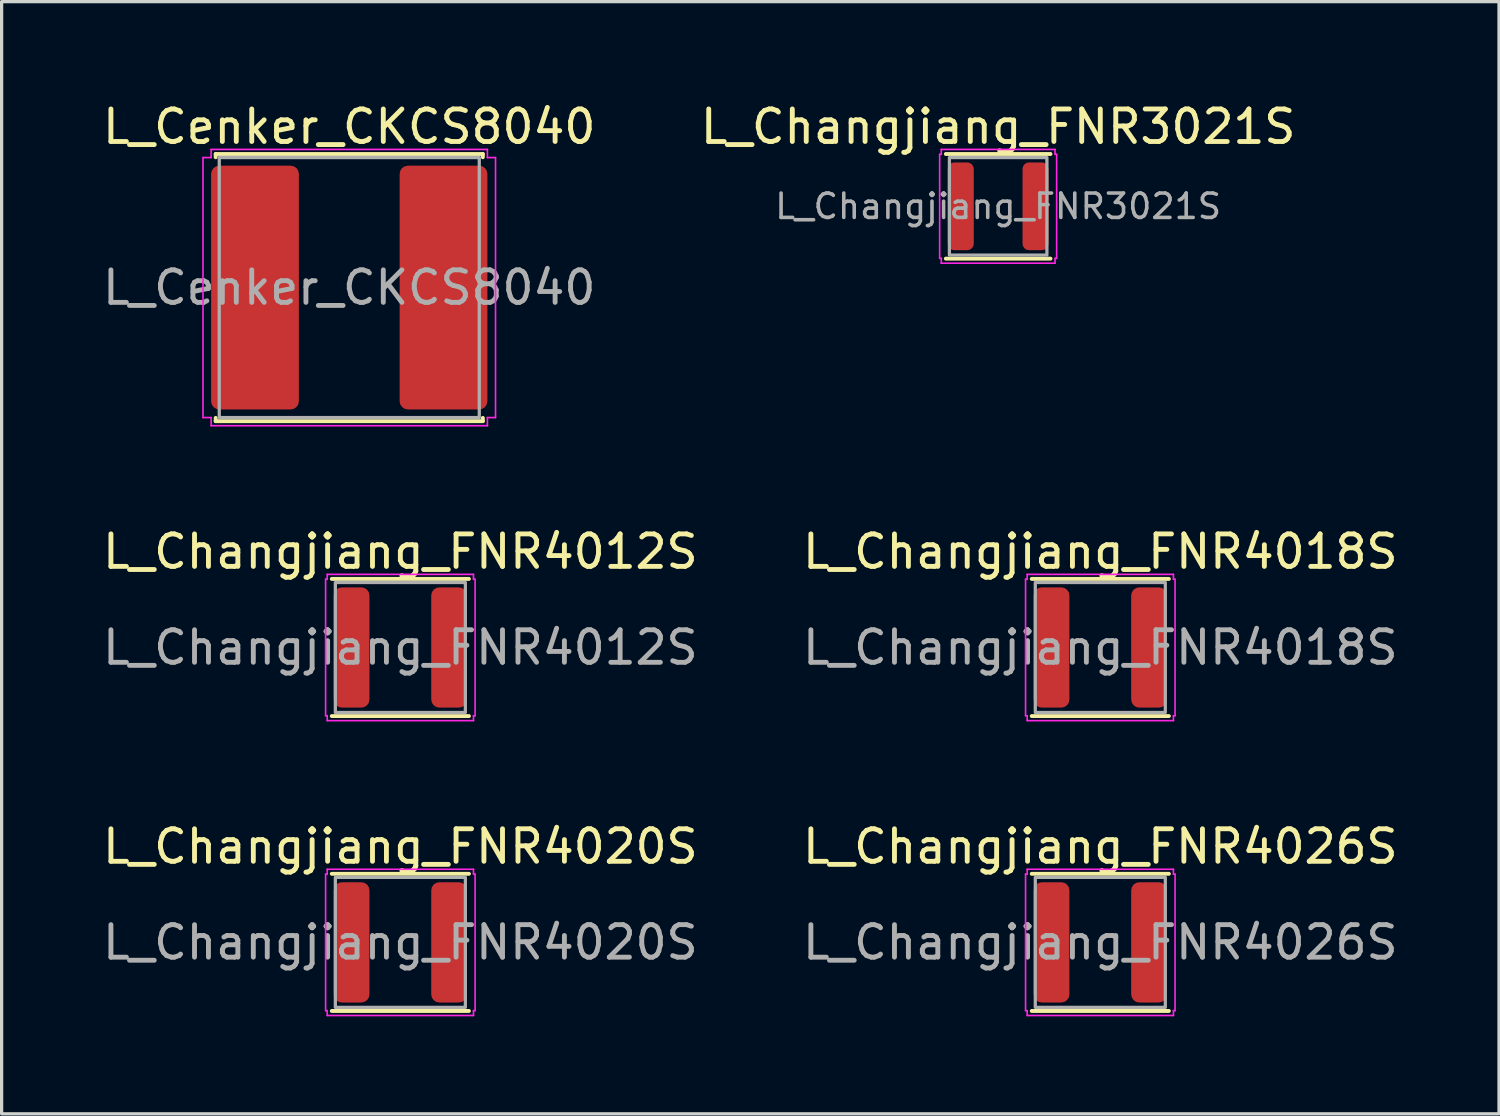
<source format=kicad_pcb>
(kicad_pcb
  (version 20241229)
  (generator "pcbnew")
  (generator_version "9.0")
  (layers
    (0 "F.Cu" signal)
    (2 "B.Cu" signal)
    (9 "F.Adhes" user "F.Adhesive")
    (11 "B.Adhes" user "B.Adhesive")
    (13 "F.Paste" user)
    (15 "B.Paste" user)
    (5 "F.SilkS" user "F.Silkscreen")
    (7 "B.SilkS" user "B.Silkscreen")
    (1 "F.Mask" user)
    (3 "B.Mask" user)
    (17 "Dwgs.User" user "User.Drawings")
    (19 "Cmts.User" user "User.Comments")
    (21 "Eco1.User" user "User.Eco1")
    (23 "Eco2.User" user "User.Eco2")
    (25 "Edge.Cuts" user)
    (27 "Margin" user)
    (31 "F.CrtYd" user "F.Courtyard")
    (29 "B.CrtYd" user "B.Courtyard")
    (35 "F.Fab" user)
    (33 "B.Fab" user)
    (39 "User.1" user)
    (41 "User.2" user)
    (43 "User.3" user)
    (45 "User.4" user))
  (footprint "L_Changjiang_FNR3021S"
    (layer "F.Cu")
    (at 27.661 3.298)
    (property "Reference" "L_Changjiang_FNR3021S" (at 0 -2.45 0) (layer "F.SilkS") (effects (font (size 1 1) (thickness 0.15))))
    (attr smd)
    (fp_line (start -1.61 -1.61) (end 1.61 -1.61) (stroke (width 0.12) (type solid)) (layer "F.SilkS"))
    (fp_line (start 1.61 1.61) (end -1.61 1.61) (stroke (width 0.12) (type solid)) (layer "F.SilkS"))
    (fp_line (start -1.8 -1.6) (end -1.75 -1.6) (stroke (width 0.05) (type solid)) (layer "F.CrtYd"))
    (fp_line (start -1.8 1.6) (end -1.8 -1.6) (stroke (width 0.05) (type solid)) (layer "F.CrtYd"))
    (fp_line (start -1.75 -1.75) (end 1.75 -1.75) (stroke (width 0.05) (type solid)) (layer "F.CrtYd"))
    (fp_line (start -1.75 -1.6) (end -1.75 -1.75) (stroke (width 0.05) (type solid)) (layer "F.CrtYd"))
    (fp_line (start -1.75 1.6) (end -1.8 1.6) (stroke (width 0.05) (type solid)) (layer "F.CrtYd"))
    (fp_line (start -1.75 1.75) (end -1.75 1.6) (stroke (width 0.05) (type solid)) (layer "F.CrtYd"))
    (fp_line (start 1.75 -1.75) (end 1.75 -1.6) (stroke (width 0.05) (type solid)) (layer "F.CrtYd"))
    (fp_line (start 1.75 -1.6) (end 1.8 -1.6) (stroke (width 0.05) (type solid)) (layer "F.CrtYd"))
    (fp_line (start 1.75 1.6) (end 1.75 1.75) (stroke (width 0.05) (type solid)) (layer "F.CrtYd"))
    (fp_line (start 1.75 1.75) (end -1.75 1.75) (stroke (width 0.05) (type solid)) (layer "F.CrtYd"))
    (fp_line (start 1.8 -1.6) (end 1.8 1.6) (stroke (width 0.05) (type solid)) (layer "F.CrtYd"))
    (fp_line (start 1.8 1.6) (end 1.75 1.6) (stroke (width 0.05) (type solid)) (layer "F.CrtYd"))
    (fp_rect (start -1.5 -1.5) (end 1.5 1.5) (stroke (width 0.1) (type solid)) (fill no) (layer "F.Fab"))
    (fp_text user "${REFERENCE}" (at 0 0 0) (layer "F.Fab") (effects (font (size 0.75 0.75) (thickness 0.11))))
    (pad "1" smd roundrect (at -1.15 0) (size 0.8 2.7) (layers "F.Cu" "F.Mask" "F.Paste") (roundrect_rratio 0.25))
    (pad "2" smd roundrect (at 1.15 0) (size 0.8 2.7) (layers "F.Cu" "F.Mask" "F.Paste") (roundrect_rratio 0.25)))
  (footprint "L_Changjiang_FNR4026S"
    (layer "F.Cu")
    (at 30.804 25.945)
    (property "Reference" "L_Changjiang_FNR4026S" (at 0 -2.95 0) (layer "F.SilkS") (effects (font (size 1 1) (thickness 0.15))))
    (attr smd)
    (fp_line (start -2.11 -2.11) (end 2.11 -2.11) (stroke (width 0.12) (type solid)) (layer "F.SilkS"))
    (fp_line (start 2.11 2.11) (end -2.11 2.11) (stroke (width 0.12) (type solid)) (layer "F.SilkS"))
    (fp_line (start -2.3 -2.1) (end -2.25 -2.1) (stroke (width 0.05) (type solid)) (layer "F.CrtYd"))
    (fp_line (start -2.3 2.1) (end -2.3 -2.1) (stroke (width 0.05) (type solid)) (layer "F.CrtYd"))
    (fp_line (start -2.25 -2.25) (end 2.25 -2.25) (stroke (width 0.05) (type solid)) (layer "F.CrtYd"))
    (fp_line (start -2.25 -2.1) (end -2.25 -2.25) (stroke (width 0.05) (type solid)) (layer "F.CrtYd"))
    (fp_line (start -2.25 2.1) (end -2.3 2.1) (stroke (width 0.05) (type solid)) (layer "F.CrtYd"))
    (fp_line (start -2.25 2.25) (end -2.25 2.1) (stroke (width 0.05) (type solid)) (layer "F.CrtYd"))
    (fp_line (start 2.25 -2.25) (end 2.25 -2.1) (stroke (width 0.05) (type solid)) (layer "F.CrtYd"))
    (fp_line (start 2.25 -2.1) (end 2.3 -2.1) (stroke (width 0.05) (type solid)) (layer "F.CrtYd"))
    (fp_line (start 2.25 2.1) (end 2.25 2.25) (stroke (width 0.05) (type solid)) (layer "F.CrtYd"))
    (fp_line (start 2.25 2.25) (end -2.25 2.25) (stroke (width 0.05) (type solid)) (layer "F.CrtYd"))
    (fp_line (start 2.3 -2.1) (end 2.3 2.1) (stroke (width 0.05) (type solid)) (layer "F.CrtYd"))
    (fp_line (start 2.3 2.1) (end 2.25 2.1) (stroke (width 0.05) (type solid)) (layer "F.CrtYd"))
    (fp_rect (start -2 -2) (end 2 2) (stroke (width 0.1) (type solid)) (fill no) (layer "F.Fab"))
    (fp_text user "${REFERENCE}" (at 0 0 0) (layer "F.Fab") (effects (font (size 1 1) (thickness 0.15))))
    (pad "1" smd roundrect (at -1.5 0) (size 1.1 3.7) (layers "F.Cu" "F.Mask" "F.Paste") (roundrect_rratio 0.227))
    (pad "2" smd roundrect (at 1.5 0) (size 1.1 3.7) (layers "F.Cu" "F.Mask" "F.Paste") (roundrect_rratio 0.227)))
  (footprint "L_Changjiang_FNR4012S"
    (layer "F.Cu")
    (at 9.268 16.872)
    (property "Reference" "L_Changjiang_FNR4012S" (at 0 -2.95 0) (layer "F.SilkS") (effects (font (size 1 1) (thickness 0.15))))
    (attr smd)
    (fp_line (start -2.11 -2.11) (end 2.11 -2.11) (stroke (width 0.12) (type solid)) (layer "F.SilkS"))
    (fp_line (start 2.11 2.11) (end -2.11 2.11) (stroke (width 0.12) (type solid)) (layer "F.SilkS"))
    (fp_line (start -2.3 -2.1) (end -2.25 -2.1) (stroke (width 0.05) (type solid)) (layer "F.CrtYd"))
    (fp_line (start -2.3 2.1) (end -2.3 -2.1) (stroke (width 0.05) (type solid)) (layer "F.CrtYd"))
    (fp_line (start -2.25 -2.25) (end 2.25 -2.25) (stroke (width 0.05) (type solid)) (layer "F.CrtYd"))
    (fp_line (start -2.25 -2.1) (end -2.25 -2.25) (stroke (width 0.05) (type solid)) (layer "F.CrtYd"))
    (fp_line (start -2.25 2.1) (end -2.3 2.1) (stroke (width 0.05) (type solid)) (layer "F.CrtYd"))
    (fp_line (start -2.25 2.25) (end -2.25 2.1) (stroke (width 0.05) (type solid)) (layer "F.CrtYd"))
    (fp_line (start 2.25 -2.25) (end 2.25 -2.1) (stroke (width 0.05) (type solid)) (layer "F.CrtYd"))
    (fp_line (start 2.25 -2.1) (end 2.3 -2.1) (stroke (width 0.05) (type solid)) (layer "F.CrtYd"))
    (fp_line (start 2.25 2.1) (end 2.25 2.25) (stroke (width 0.05) (type solid)) (layer "F.CrtYd"))
    (fp_line (start 2.25 2.25) (end -2.25 2.25) (stroke (width 0.05) (type solid)) (layer "F.CrtYd"))
    (fp_line (start 2.3 -2.1) (end 2.3 2.1) (stroke (width 0.05) (type solid)) (layer "F.CrtYd"))
    (fp_line (start 2.3 2.1) (end 2.25 2.1) (stroke (width 0.05) (type solid)) (layer "F.CrtYd"))
    (fp_rect (start -2 -2) (end 2 2) (stroke (width 0.1) (type solid)) (fill no) (layer "F.Fab"))
    (fp_text user "${REFERENCE}" (at 0 0 0) (layer "F.Fab") (effects (font (size 1 1) (thickness 0.15))))
    (pad "1" smd roundrect (at -1.5 0) (size 1.1 3.7) (layers "F.Cu" "F.Mask" "F.Paste") (roundrect_rratio 0.227))
    (pad "2" smd roundrect (at 1.5 0) (size 1.1 3.7) (layers "F.Cu" "F.Mask" "F.Paste") (roundrect_rratio 0.227)))
  (footprint "L_Cenker_CKCS8040"
    (layer "F.Cu")
    (at 7.696 5.798)
    (property "Reference" "L_Cenker_CKCS8040" (at 0 -4.95 0) (layer "F.SilkS") (effects (font (size 1 1) (thickness 0.15))))
    (attr smd)
    (fp_line (start -4.11 -4.11) (end 4.11 -4.11) (stroke (width 0.12) (type solid)) (layer "F.SilkS"))
    (fp_line (start -4.11 -4.01) (end -4.11 -4.11) (stroke (width 0.12) (type solid)) (layer "F.SilkS"))
    (fp_line (start -4.11 4.11) (end -4.11 4.01) (stroke (width 0.12) (type solid)) (layer "F.SilkS"))
    (fp_line (start 4.11 -4.11) (end 4.11 -4.01) (stroke (width 0.12) (type solid)) (layer "F.SilkS"))
    (fp_line (start 4.11 4.01) (end 4.11 4.11) (stroke (width 0.12) (type solid)) (layer "F.SilkS"))
    (fp_line (start 4.11 4.11) (end -4.11 4.11) (stroke (width 0.12) (type solid)) (layer "F.SilkS"))
    (fp_line (start -4.5 -4) (end -4.25 -4) (stroke (width 0.05) (type solid)) (layer "F.CrtYd"))
    (fp_line (start -4.5 4) (end -4.5 -4) (stroke (width 0.05) (type solid)) (layer "F.CrtYd"))
    (fp_line (start -4.25 -4.25) (end 4.25 -4.25) (stroke (width 0.05) (type solid)) (layer "F.CrtYd"))
    (fp_line (start -4.25 -4) (end -4.25 -4.25) (stroke (width 0.05) (type solid)) (layer "F.CrtYd"))
    (fp_line (start -4.25 4) (end -4.5 4) (stroke (width 0.05) (type solid)) (layer "F.CrtYd"))
    (fp_line (start -4.25 4.25) (end -4.25 4) (stroke (width 0.05) (type solid)) (layer "F.CrtYd"))
    (fp_line (start 4.25 -4.25) (end 4.25 -4) (stroke (width 0.05) (type solid)) (layer "F.CrtYd"))
    (fp_line (start 4.25 -4) (end 4.5 -4) (stroke (width 0.05) (type solid)) (layer "F.CrtYd"))
    (fp_line (start 4.25 4) (end 4.25 4.25) (stroke (width 0.05) (type solid)) (layer "F.CrtYd"))
    (fp_line (start 4.25 4.25) (end -4.25 4.25) (stroke (width 0.05) (type solid)) (layer "F.CrtYd"))
    (fp_line (start 4.5 -4) (end 4.5 4) (stroke (width 0.05) (type solid)) (layer "F.CrtYd"))
    (fp_line (start 4.5 4) (end 4.25 4) (stroke (width 0.05) (type solid)) (layer "F.CrtYd"))
    (fp_rect (start -4 -4) (end 4 4) (stroke (width 0.1) (type solid)) (fill no) (layer "F.Fab"))
    (fp_text user "${REFERENCE}" (at 0 0 0) (layer "F.Fab") (effects (font (size 1 1) (thickness 0.15))))
    (pad "1" smd roundrect (at -2.9 0) (size 2.7 7.5) (layers "F.Cu" "F.Mask" "F.Paste") (roundrect_rratio 0.093))
    (pad "2" smd roundrect (at 2.9 0) (size 2.7 7.5) (layers "F.Cu" "F.Mask" "F.Paste") (roundrect_rratio 0.093)))
  (footprint "L_Changjiang_FNR4020S"
    (layer "F.Cu")
    (at 9.268 25.945)
    (property "Reference" "L_Changjiang_FNR4020S" (at 0 -2.95 0) (layer "F.SilkS") (effects (font (size 1 1) (thickness 0.15))))
    (attr smd)
    (fp_line (start -2.11 -2.11) (end 2.11 -2.11) (stroke (width 0.12) (type solid)) (layer "F.SilkS"))
    (fp_line (start 2.11 2.11) (end -2.11 2.11) (stroke (width 0.12) (type solid)) (layer "F.SilkS"))
    (fp_line (start -2.3 -2.1) (end -2.25 -2.1) (stroke (width 0.05) (type solid)) (layer "F.CrtYd"))
    (fp_line (start -2.3 2.1) (end -2.3 -2.1) (stroke (width 0.05) (type solid)) (layer "F.CrtYd"))
    (fp_line (start -2.25 -2.25) (end 2.25 -2.25) (stroke (width 0.05) (type solid)) (layer "F.CrtYd"))
    (fp_line (start -2.25 -2.1) (end -2.25 -2.25) (stroke (width 0.05) (type solid)) (layer "F.CrtYd"))
    (fp_line (start -2.25 2.1) (end -2.3 2.1) (stroke (width 0.05) (type solid)) (layer "F.CrtYd"))
    (fp_line (start -2.25 2.25) (end -2.25 2.1) (stroke (width 0.05) (type solid)) (layer "F.CrtYd"))
    (fp_line (start 2.25 -2.25) (end 2.25 -2.1) (stroke (width 0.05) (type solid)) (layer "F.CrtYd"))
    (fp_line (start 2.25 -2.1) (end 2.3 -2.1) (stroke (width 0.05) (type solid)) (layer "F.CrtYd"))
    (fp_line (start 2.25 2.1) (end 2.25 2.25) (stroke (width 0.05) (type solid)) (layer "F.CrtYd"))
    (fp_line (start 2.25 2.25) (end -2.25 2.25) (stroke (width 0.05) (type solid)) (layer "F.CrtYd"))
    (fp_line (start 2.3 -2.1) (end 2.3 2.1) (stroke (width 0.05) (type solid)) (layer "F.CrtYd"))
    (fp_line (start 2.3 2.1) (end 2.25 2.1) (stroke (width 0.05) (type solid)) (layer "F.CrtYd"))
    (fp_rect (start -2 -2) (end 2 2) (stroke (width 0.1) (type solid)) (fill no) (layer "F.Fab"))
    (fp_text user "${REFERENCE}" (at 0 0 0) (layer "F.Fab") (effects (font (size 1 1) (thickness 0.15))))
    (pad "1" smd roundrect (at -1.5 0) (size 1.1 3.7) (layers "F.Cu" "F.Mask" "F.Paste") (roundrect_rratio 0.227))
    (pad "2" smd roundrect (at 1.5 0) (size 1.1 3.7) (layers "F.Cu" "F.Mask" "F.Paste") (roundrect_rratio 0.227)))
  (footprint "L_Changjiang_FNR4018S"
    (layer "F.Cu")
    (at 30.804 16.872)
    (property "Reference" "L_Changjiang_FNR4018S" (at 0 -2.95 0) (layer "F.SilkS") (effects (font (size 1 1) (thickness 0.15))))
    (attr smd)
    (fp_line (start -2.11 -2.11) (end 2.11 -2.11) (stroke (width 0.12) (type solid)) (layer "F.SilkS"))
    (fp_line (start 2.11 2.11) (end -2.11 2.11) (stroke (width 0.12) (type solid)) (layer "F.SilkS"))
    (fp_line (start -2.3 -2.1) (end -2.25 -2.1) (stroke (width 0.05) (type solid)) (layer "F.CrtYd"))
    (fp_line (start -2.3 2.1) (end -2.3 -2.1) (stroke (width 0.05) (type solid)) (layer "F.CrtYd"))
    (fp_line (start -2.25 -2.25) (end 2.25 -2.25) (stroke (width 0.05) (type solid)) (layer "F.CrtYd"))
    (fp_line (start -2.25 -2.1) (end -2.25 -2.25) (stroke (width 0.05) (type solid)) (layer "F.CrtYd"))
    (fp_line (start -2.25 2.1) (end -2.3 2.1) (stroke (width 0.05) (type solid)) (layer "F.CrtYd"))
    (fp_line (start -2.25 2.25) (end -2.25 2.1) (stroke (width 0.05) (type solid)) (layer "F.CrtYd"))
    (fp_line (start 2.25 -2.25) (end 2.25 -2.1) (stroke (width 0.05) (type solid)) (layer "F.CrtYd"))
    (fp_line (start 2.25 -2.1) (end 2.3 -2.1) (stroke (width 0.05) (type solid)) (layer "F.CrtYd"))
    (fp_line (start 2.25 2.1) (end 2.25 2.25) (stroke (width 0.05) (type solid)) (layer "F.CrtYd"))
    (fp_line (start 2.25 2.25) (end -2.25 2.25) (stroke (width 0.05) (type solid)) (layer "F.CrtYd"))
    (fp_line (start 2.3 -2.1) (end 2.3 2.1) (stroke (width 0.05) (type solid)) (layer "F.CrtYd"))
    (fp_line (start 2.3 2.1) (end 2.25 2.1) (stroke (width 0.05) (type solid)) (layer "F.CrtYd"))
    (fp_rect (start -2 -2) (end 2 2) (stroke (width 0.1) (type solid)) (fill no) (layer "F.Fab"))
    (fp_text user "${REFERENCE}" (at 0 0 0) (layer "F.Fab") (effects (font (size 1 1) (thickness 0.15))))
    (pad "1" smd roundrect (at -1.5 0) (size 1.1 3.7) (layers "F.Cu" "F.Mask" "F.Paste") (roundrect_rratio 0.227))
    (pad "2" smd roundrect (at 1.5 0) (size 1.1 3.7) (layers "F.Cu" "F.Mask" "F.Paste") (roundrect_rratio 0.227)))
  (gr_rect
    (start -3 -3)
    (end 43.071 31.22)
    (stroke (width 0.1) (type default))
    (fill no)
    (layer "Edge.Cuts")))
</source>
